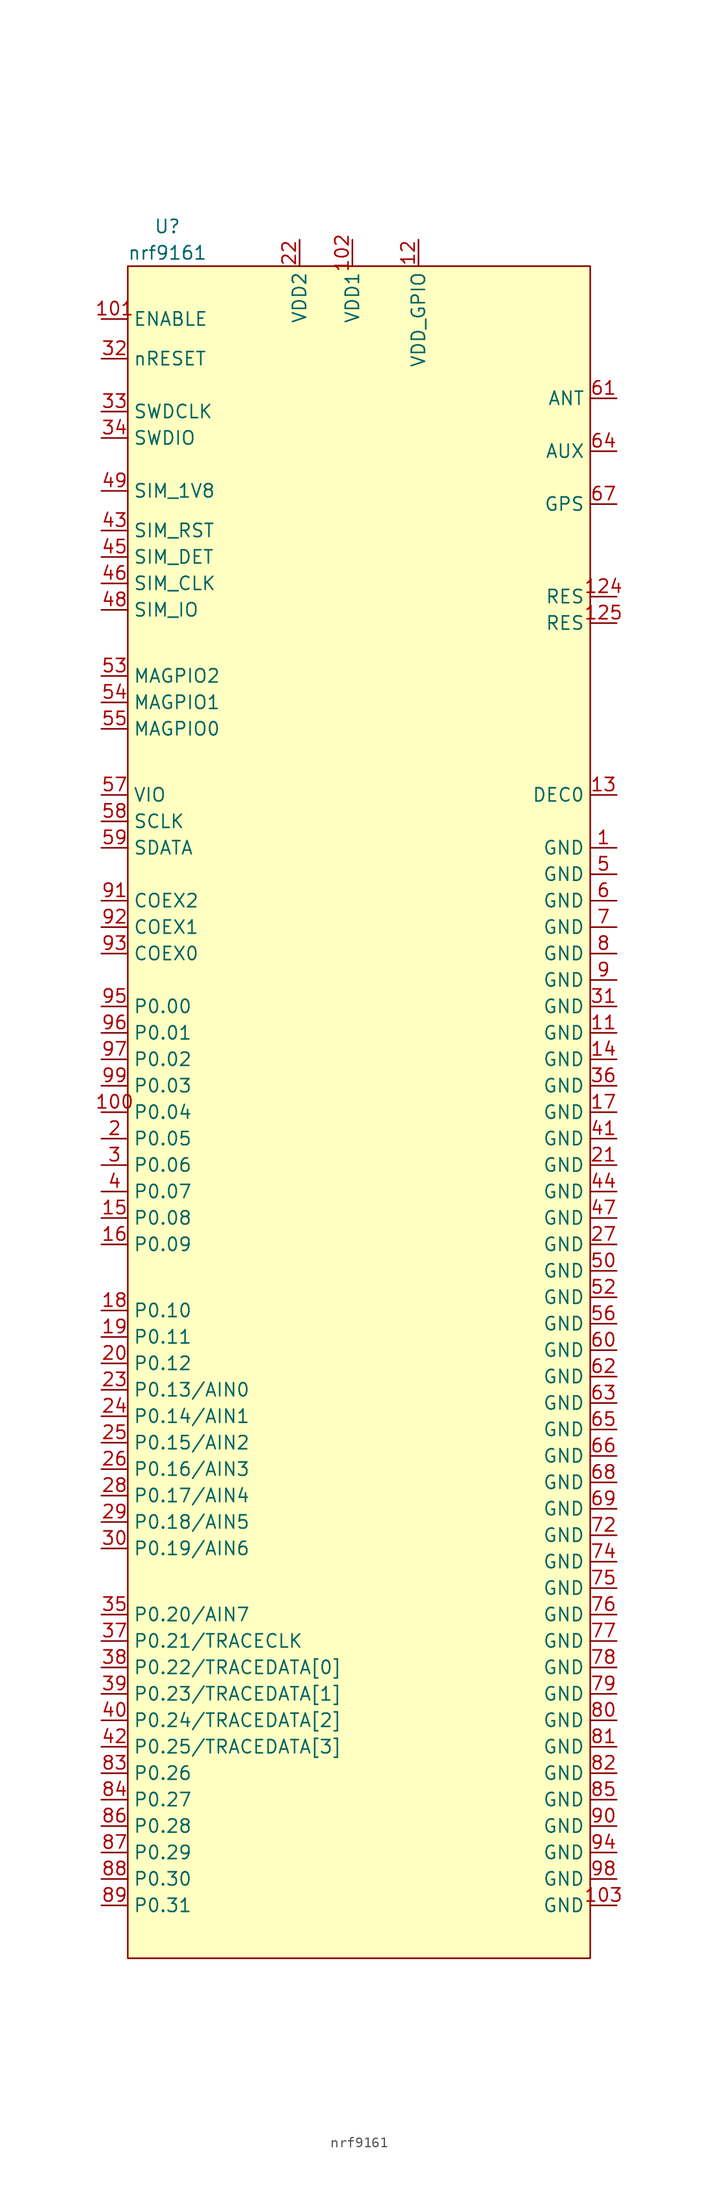
<source format=kicad_sym>
(kicad_symbol_lib
  (version 20220914)
  (generator kicad_symbol_editor)
  (symbol "nrf9161"
    (property "Reference" "U"
      (at -15.24 1.27 0)
      (effects (font (size 1.27 1.27))))
    (property "Value" "nrf9161"
      (at -15.24 -1.27 0)
      (effects (font (size 1.27 1.27))))
    (symbol "nrf9161_0_0"
      (pin passive line (at -21.59 -83.82 0) (length 2.54) (name "P0.04" (effects (font (size 1.27 1.27)))) (number "100" (effects (font (size 1.27 1.27)))))
      (pin passive line (at -21.59 -7.62 0) (length 2.54) (name "ENABLE" (effects (font (size 1.27 1.27)))) (number "101" (effects (font (size 1.27 1.27)))))
      (pin power_in line (at 2.54 0 270) (length 2.54) (name "VDD1" (effects (font (size 1.27 1.27)))) (number "102" (effects (font (size 1.27 1.27)))))
      (pin power_in line (at 27.94 -160.02 180) (length 2.54) (name "GND" (effects (font (size 1.27 1.27)))) (number "103" (effects (font (size 1.27 1.27)))))
      (pin power_in line (at 27.94 -76.2 180) (length 2.54) (name "GND" (effects (font (size 1.27 1.27)))) (number "11" (effects (font (size 1.27 1.27)))))
      (pin power_in line (at 8.89 0 270) (length 2.54) (name "VDD_GPIO" (effects (font (size 1.27 1.27)))) (number "12" (effects (font (size 1.27 1.27)))))
      (pin power_in line (at 27.94 -53.34 180) (length 2.54) (name "DEC0" (effects (font (size 1.27 1.27)))) (number "13" (effects (font (size 1.27 1.27)))))
      (pin open_emitter line (at 27.94 -78.74 180) (length 2.54) (name "GND" (effects (font (size 1.27 1.27)))) (number "14" (effects (font (size 1.27 1.27)))))
      (pin passive line (at -21.59 -93.98 0) (length 2.54) (name "P0.08" (effects (font (size 1.27 1.27)))) (number "15" (effects (font (size 1.27 1.27)))))
      (pin passive line (at -21.59 -96.52 0) (length 2.54) (name "P0.09" (effects (font (size 1.27 1.27)))) (number "16" (effects (font (size 1.27 1.27)))))
      (pin power_in line (at 27.94 -83.82 180) (length 2.54) (name "GND" (effects (font (size 1.27 1.27)))) (number "17" (effects (font (size 1.27 1.27)))))
      (pin passive line (at -21.59 -102.87 0) (length 2.54) (name "P0.10" (effects (font (size 1.27 1.27)))) (number "18" (effects (font (size 1.27 1.27)))))
      (pin passive line (at -21.59 -105.41 0) (length 2.54) (name "P0.11" (effects (font (size 1.27 1.27)))) (number "19" (effects (font (size 1.27 1.27)))))
      (pin passive line (at -21.59 -86.36 0) (length 2.54) (name "P0.05" (effects (font (size 1.27 1.27)))) (number "2" (effects (font (size 1.27 1.27)))))
      (pin passive line (at -21.59 -107.95 0) (length 2.54) (name "P0.12" (effects (font (size 1.27 1.27)))) (number "20" (effects (font (size 1.27 1.27)))))
      (pin power_in line (at 27.94 -88.9 180) (length 2.54) (name "GND" (effects (font (size 1.27 1.27)))) (number "21" (effects (font (size 1.27 1.27)))))
      (pin power_in line (at -2.54 0 270) (length 2.54) (name "VDD2" (effects (font (size 1.27 1.27)))) (number "22" (effects (font (size 1.27 1.27)))))
      (pin passive line (at -21.59 -110.49 0) (length 2.54) (name "P0.13/AIN0" (effects (font (size 1.27 1.27)))) (number "23" (effects (font (size 1.27 1.27)))))
      (pin passive line (at -21.59 -113.03 0) (length 2.54) (name "P0.14/AIN1" (effects (font (size 1.27 1.27)))) (number "24" (effects (font (size 1.27 1.27)))))
      (pin passive line (at -21.59 -115.57 0) (length 2.54) (name "P0.15/AIN2" (effects (font (size 1.27 1.27)))) (number "25" (effects (font (size 1.27 1.27)))))
      (pin passive line (at -21.59 -118.11 0) (length 2.54) (name "P0.16/AIN3" (effects (font (size 1.27 1.27)))) (number "26" (effects (font (size 1.27 1.27)))))
      (pin power_in line (at 27.94 -96.52 180) (length 2.54) (name "GND" (effects (font (size 1.27 1.27)))) (number "27" (effects (font (size 1.27 1.27)))))
      (pin passive line (at -21.59 -120.65 0) (length 2.54) (name "P0.17/AIN4" (effects (font (size 1.27 1.27)))) (number "28" (effects (font (size 1.27 1.27)))))
      (pin passive line (at -21.59 -123.19 0) (length 2.54) (name "P0.18/AIN5" (effects (font (size 1.27 1.27)))) (number "29" (effects (font (size 1.27 1.27)))))
      (pin passive line (at -21.59 -88.9 0) (length 2.54) (name "P0.06" (effects (font (size 1.27 1.27)))) (number "3" (effects (font (size 1.27 1.27)))))
      (pin passive line (at -21.59 -125.73 0) (length 2.54) (name "P0.19/AIN6" (effects (font (size 1.27 1.27)))) (number "30" (effects (font (size 1.27 1.27)))))
      (pin power_in line (at 27.94 -73.66 180) (length 2.54) (name "GND" (effects (font (size 1.27 1.27)))) (number "31" (effects (font (size 1.27 1.27)))))
      (pin passive line (at -21.59 -11.43 0) (length 2.54) (name "nRESET" (effects (font (size 1.27 1.27)))) (number "32" (effects (font (size 1.27 1.27)))))
      (pin passive line (at -21.59 -16.51 0) (length 2.54) (name "SWDCLK" (effects (font (size 1.27 1.27)))) (number "33" (effects (font (size 1.27 1.27)))))
      (pin passive line (at -21.59 -19.05 0) (length 2.54) (name "SWDIO" (effects (font (size 1.27 1.27)))) (number "34" (effects (font (size 1.27 1.27)))))
      (pin passive line (at -21.59 -132.08 0) (length 2.54) (name "P0.20/AIN7" (effects (font (size 1.27 1.27)))) (number "35" (effects (font (size 1.27 1.27)))))
      (pin power_in line (at 27.94 -81.28 180) (length 2.54) (name "GND" (effects (font (size 1.27 1.27)))) (number "36" (effects (font (size 1.27 1.27)))))
      (pin passive line (at -21.59 -134.62 0) (length 2.54) (name "P0.21/TRACECLK" (effects (font (size 1.27 1.27)))) (number "37" (effects (font (size 1.27 1.27)))))
      (pin passive line (at -21.59 -137.16 0) (length 2.54) (name "P0.22/TRACEDATA[0]" (effects (font (size 1.27 1.27)))) (number "38" (effects (font (size 1.27 1.27)))))
      (pin passive line (at -21.59 -139.7 0) (length 2.54) (name "P0.23/TRACEDATA[1]" (effects (font (size 1.27 1.27)))) (number "39" (effects (font (size 1.27 1.27)))))
      (pin passive line (at -21.59 -91.44 0) (length 2.54) (name "P0.07" (effects (font (size 1.27 1.27)))) (number "4" (effects (font (size 1.27 1.27)))))
      (pin passive line (at -21.59 -142.24 0) (length 2.54) (name "P0.24/TRACEDATA[2]" (effects (font (size 1.27 1.27)))) (number "40" (effects (font (size 1.27 1.27)))))
      (pin power_in line (at 27.94 -86.36 180) (length 2.54) (name "GND" (effects (font (size 1.27 1.27)))) (number "41" (effects (font (size 1.27 1.27)))))
      (pin passive line (at -21.59 -144.78 0) (length 2.54) (name "P0.25/TRACEDATA[3]" (effects (font (size 1.27 1.27)))) (number "42" (effects (font (size 1.27 1.27)))))
      (pin passive line (at -21.59 -27.94 0) (length 2.54) (name "SIM_RST" (effects (font (size 1.27 1.27)))) (number "43" (effects (font (size 1.27 1.27)))))
      (pin power_in line (at 27.94 -91.44 180) (length 2.54) (name "GND" (effects (font (size 1.27 1.27)))) (number "44" (effects (font (size 1.27 1.27)))))
      (pin passive line (at -21.59 -30.48 0) (length 2.54) (name "SIM_DET" (effects (font (size 1.27 1.27)))) (number "45" (effects (font (size 1.27 1.27)))))
      (pin passive line (at -21.59 -33.02 0) (length 2.54) (name "SIM_CLK" (effects (font (size 1.27 1.27)))) (number "46" (effects (font (size 1.27 1.27)))))
      (pin power_in line (at 27.94 -93.98 180) (length 2.54) (name "GND" (effects (font (size 1.27 1.27)))) (number "47" (effects (font (size 1.27 1.27)))))
      (pin passive line (at -21.59 -35.56 0) (length 2.54) (name "SIM_IO" (effects (font (size 1.27 1.27)))) (number "48" (effects (font (size 1.27 1.27)))))
      (pin power_out line (at -21.59 -24.13 0) (length 2.54) (name "SIM_1V8" (effects (font (size 1.27 1.27)))) (number "49" (effects (font (size 1.27 1.27)))))
      (pin power_in line (at 27.94 -60.96 180) (length 2.54) (name "GND" (effects (font (size 1.27 1.27)))) (number "5" (effects (font (size 1.27 1.27)))))
      (pin power_in line (at 27.94 -99.06 180) (length 2.54) (name "GND" (effects (font (size 1.27 1.27)))) (number "50" (effects (font (size 1.27 1.27)))))
      (pin power_in line (at 27.94 -101.6 180) (length 2.54) (name "GND" (effects (font (size 1.27 1.27)))) (number "52" (effects (font (size 1.27 1.27)))))
      (pin passive line (at -21.59 -41.91 0) (length 2.54) (name "MAGPIO2" (effects (font (size 1.27 1.27)))) (number "53" (effects (font (size 1.27 1.27)))))
      (pin passive line (at -21.59 -44.45 0) (length 2.54) (name "MAGPIO1" (effects (font (size 1.27 1.27)))) (number "54" (effects (font (size 1.27 1.27)))))
      (pin passive line (at -21.59 -46.99 0) (length 2.54) (name "MAGPIO0" (effects (font (size 1.27 1.27)))) (number "55" (effects (font (size 1.27 1.27)))))
      (pin power_in line (at 27.94 -104.14 180) (length 2.54) (name "GND" (effects (font (size 1.27 1.27)))) (number "56" (effects (font (size 1.27 1.27)))))
      (pin passive line (at -21.59 -53.34 0) (length 2.54) (name "VIO" (effects (font (size 1.27 1.27)))) (number "57" (effects (font (size 1.27 1.27)))))
      (pin passive line (at -21.59 -55.88 0) (length 2.54) (name "SCLK" (effects (font (size 1.27 1.27)))) (number "58" (effects (font (size 1.27 1.27)))))
      (pin passive line (at -21.59 -58.42 0) (length 2.54) (name "SDATA" (effects (font (size 1.27 1.27)))) (number "59" (effects (font (size 1.27 1.27)))))
      (pin power_in line (at 27.94 -63.5 180) (length 2.54) (name "GND" (effects (font (size 1.27 1.27)))) (number "6" (effects (font (size 1.27 1.27)))))
      (pin power_in line (at 27.94 -106.68 180) (length 2.54) (name "GND" (effects (font (size 1.27 1.27)))) (number "60" (effects (font (size 1.27 1.27)))))
      (pin passive line (at 27.94 -15.24 180) (length 2.54) (name "ANT" (effects (font (size 1.27 1.27)))) (number "61" (effects (font (size 1.27 1.27)))))
      (pin power_in line (at 27.94 -109.22 180) (length 2.54) (name "GND" (effects (font (size 1.27 1.27)))) (number "62" (effects (font (size 1.27 1.27)))))
      (pin power_in line (at 27.94 -111.76 180) (length 2.54) (name "GND" (effects (font (size 1.27 1.27)))) (number "63" (effects (font (size 1.27 1.27)))))
      (pin passive line (at 27.94 -20.32 180) (length 2.54) (name "AUX" (effects (font (size 1.27 1.27)))) (number "64" (effects (font (size 1.27 1.27)))))
      (pin power_in line (at 27.94 -114.3 180) (length 2.54) (name "GND" (effects (font (size 1.27 1.27)))) (number "65" (effects (font (size 1.27 1.27)))))
      (pin power_in line (at 27.94 -116.84 180) (length 2.54) (name "GND" (effects (font (size 1.27 1.27)))) (number "66" (effects (font (size 1.27 1.27)))))
      (pin passive line (at 27.94 -25.4 180) (length 2.54) (name "GPS" (effects (font (size 1.27 1.27)))) (number "67" (effects (font (size 1.27 1.27)))))
      (pin power_in line (at 27.94 -119.38 180) (length 2.54) (name "GND" (effects (font (size 1.27 1.27)))) (number "68" (effects (font (size 1.27 1.27)))))
      (pin power_in line (at 27.94 -121.92 180) (length 2.54) (name "GND" (effects (font (size 1.27 1.27)))) (number "69" (effects (font (size 1.27 1.27)))))
      (pin power_in line (at 27.94 -66.04 180) (length 2.54) (name "GND" (effects (font (size 1.27 1.27)))) (number "7" (effects (font (size 1.27 1.27)))))
      (pin power_out line (at 27.94 -124.46 180) (length 2.54) (name "GND" (effects (font (size 1.27 1.27)))) (number "72" (effects (font (size 1.27 1.27)))))
      (pin power_in line (at 27.94 -127 180) (length 2.54) (name "GND" (effects (font (size 1.27 1.27)))) (number "74" (effects (font (size 1.27 1.27)))))
      (pin power_in line (at 27.94 -129.54 180) (length 2.54) (name "GND" (effects (font (size 1.27 1.27)))) (number "75" (effects (font (size 1.27 1.27)))))
      (pin power_in line (at 27.94 -132.08 180) (length 2.54) (name "GND" (effects (font (size 1.27 1.27)))) (number "76" (effects (font (size 1.27 1.27)))))
      (pin power_in line (at 27.94 -134.62 180) (length 2.54) (name "GND" (effects (font (size 1.27 1.27)))) (number "77" (effects (font (size 1.27 1.27)))))
      (pin power_in line (at 27.94 -137.16 180) (length 2.54) (name "GND" (effects (font (size 1.27 1.27)))) (number "78" (effects (font (size 1.27 1.27)))))
      (pin power_in line (at 27.94 -139.7 180) (length 2.54) (name "GND" (effects (font (size 1.27 1.27)))) (number "79" (effects (font (size 1.27 1.27)))))
      (pin power_in line (at 27.94 -68.58 180) (length 2.54) (name "GND" (effects (font (size 1.27 1.27)))) (number "8" (effects (font (size 1.27 1.27)))))
      (pin power_in line (at 27.94 -142.24 180) (length 2.54) (name "GND" (effects (font (size 1.27 1.27)))) (number "80" (effects (font (size 1.27 1.27)))))
      (pin power_in line (at 27.94 -144.78 180) (length 2.54) (name "GND" (effects (font (size 1.27 1.27)))) (number "81" (effects (font (size 1.27 1.27)))))
      (pin power_in line (at 27.94 -147.32 180) (length 2.54) (name "GND" (effects (font (size 1.27 1.27)))) (number "82" (effects (font (size 1.27 1.27)))))
      (pin passive line (at -21.59 -147.32 0) (length 2.54) (name "P0.26" (effects (font (size 1.27 1.27)))) (number "83" (effects (font (size 1.27 1.27)))))
      (pin passive line (at -21.59 -149.86 0) (length 2.54) (name "P0.27" (effects (font (size 1.27 1.27)))) (number "84" (effects (font (size 1.27 1.27)))))
      (pin power_in line (at 27.94 -149.86 180) (length 2.54) (name "GND" (effects (font (size 1.27 1.27)))) (number "85" (effects (font (size 1.27 1.27)))))
      (pin passive line (at -21.59 -152.4 0) (length 2.54) (name "P0.28" (effects (font (size 1.27 1.27)))) (number "86" (effects (font (size 1.27 1.27)))))
      (pin passive line (at -21.59 -154.94 0) (length 2.54) (name "P0.29" (effects (font (size 1.27 1.27)))) (number "87" (effects (font (size 1.27 1.27)))))
      (pin passive line (at -21.59 -157.48 0) (length 2.54) (name "P0.30" (effects (font (size 1.27 1.27)))) (number "88" (effects (font (size 1.27 1.27)))))
      (pin passive line (at -21.59 -160.02 0) (length 2.54) (name "P0.31" (effects (font (size 1.27 1.27)))) (number "89" (effects (font (size 1.27 1.27)))))
      (pin power_in line (at 27.94 -71.12 180) (length 2.54) (name "GND" (effects (font (size 1.27 1.27)))) (number "9" (effects (font (size 1.27 1.27)))))
      (pin power_in line (at 27.94 -152.4 180) (length 2.54) (name "GND" (effects (font (size 1.27 1.27)))) (number "90" (effects (font (size 1.27 1.27)))))
      (pin passive line (at -21.59 -63.5 0) (length 2.54) (name "COEX2" (effects (font (size 1.27 1.27)))) (number "91" (effects (font (size 1.27 1.27)))))
      (pin power_in line (at -21.59 -66.04 0) (length 2.54) (name "COEX1" (effects (font (size 1.27 1.27)))) (number "92" (effects (font (size 1.27 1.27)))))
      (pin passive line (at -21.59 -68.58 0) (length 2.54) (name "COEX0" (effects (font (size 1.27 1.27)))) (number "93" (effects (font (size 1.27 1.27)))))
      (pin power_in line (at 27.94 -154.94 180) (length 2.54) (name "GND" (effects (font (size 1.27 1.27)))) (number "94" (effects (font (size 1.27 1.27)))))
      (pin passive line (at -21.59 -73.66 0) (length 2.54) (name "P0.00" (effects (font (size 1.27 1.27)))) (number "95" (effects (font (size 1.27 1.27)))))
      (pin passive line (at -21.59 -76.2 0) (length 2.54) (name "P0.01" (effects (font (size 1.27 1.27)))) (number "96" (effects (font (size 1.27 1.27)))))
      (pin passive line (at -21.59 -78.74 0) (length 2.54) (name "P0.02" (effects (font (size 1.27 1.27)))) (number "97" (effects (font (size 1.27 1.27)))))
      (pin power_in line (at 27.94 -157.48 180) (length 2.54) (name "GND" (effects (font (size 1.27 1.27)))) (number "98" (effects (font (size 1.27 1.27)))))
      (pin passive line (at -21.59 -81.28 0) (length 2.54) (name "P0.03" (effects (font (size 1.27 1.27)))) (number "99" (effects (font (size 1.27 1.27))))))
    (symbol "nrf9161_1_0"
      (pin power_in line (at 27.94 -58.42 180) (length 2.54) (name "GND" (effects (font (size 1.27 1.27)))) (number "1" (effects (font (size 1.27 1.27)))))
      (pin no_connect line (at 1.27 -24.13 180) (length 2.54) hide (name "RES" (effects (font (size 1.27 1.27)))) (number "10" (effects (font (size 1.27 1.27)))))
      (pin no_connect line (at 1.27 -26.67 180) (length 2.54) hide (name "RES" (effects (font (size 1.27 1.27)))) (number "104" (effects (font (size 1.27 1.27)))))
      (pin no_connect line (at 1.27 -29.21 180) (length 2.54) hide (name "RES" (effects (font (size 1.27 1.27)))) (number "105" (effects (font (size 1.27 1.27)))))
      (pin no_connect line (at 1.27 -31.75 180) (length 2.54) hide (name "RES" (effects (font (size 1.27 1.27)))) (number "106" (effects (font (size 1.27 1.27)))))
      (pin no_connect line (at 1.27 -34.29 180) (length 2.54) hide (name "RES" (effects (font (size 1.27 1.27)))) (number "107" (effects (font (size 1.27 1.27)))))
      (pin no_connect line (at 1.27 -36.83 180) (length 2.54) hide (name "RES" (effects (font (size 1.27 1.27)))) (number "108" (effects (font (size 1.27 1.27)))))
      (pin no_connect line (at 1.27 -39.37 180) (length 2.54) hide (name "RES" (effects (font (size 1.27 1.27)))) (number "109" (effects (font (size 1.27 1.27)))))
      (pin no_connect line (at 1.27 -41.91 180) (length 2.54) hide (name "RES" (effects (font (size 1.27 1.27)))) (number "110" (effects (font (size 1.27 1.27)))))
      (pin no_connect line (at 1.27 -44.45 180) (length 2.54) hide (name "RES" (effects (font (size 1.27 1.27)))) (number "111" (effects (font (size 1.27 1.27)))))
      (pin no_connect line (at 1.27 -46.99 180) (length 2.54) hide (name "RES" (effects (font (size 1.27 1.27)))) (number "112" (effects (font (size 1.27 1.27)))))
      (pin no_connect line (at 1.27 -49.53 180) (length 2.54) hide (name "RES" (effects (font (size 1.27 1.27)))) (number "113" (effects (font (size 1.27 1.27)))))
      (pin no_connect line (at 1.27 -52.07 180) (length 2.54) hide (name "RES" (effects (font (size 1.27 1.27)))) (number "114" (effects (font (size 1.27 1.27)))))
      (pin no_connect line (at 1.27 -54.61 180) (length 2.54) hide (name "RES" (effects (font (size 1.27 1.27)))) (number "115" (effects (font (size 1.27 1.27)))))
      (pin no_connect line (at 1.27 -57.15 180) (length 2.54) hide (name "RES" (effects (font (size 1.27 1.27)))) (number "116" (effects (font (size 1.27 1.27)))))
      (pin no_connect line (at 1.27 -59.69 180) (length 2.54) hide (name "RES" (effects (font (size 1.27 1.27)))) (number "117" (effects (font (size 1.27 1.27)))))
      (pin no_connect line (at 1.27 -62.23 180) (length 2.54) hide (name "RES" (effects (font (size 1.27 1.27)))) (number "118" (effects (font (size 1.27 1.27)))))
      (pin no_connect line (at 1.27 -64.77 180) (length 2.54) hide (name "RES" (effects (font (size 1.27 1.27)))) (number "119" (effects (font (size 1.27 1.27)))))
      (pin no_connect line (at 1.27 -67.31 180) (length 2.54) hide (name "RES" (effects (font (size 1.27 1.27)))) (number "120" (effects (font (size 1.27 1.27)))))
      (pin no_connect line (at 1.27 -69.85 180) (length 2.54) hide (name "RES" (effects (font (size 1.27 1.27)))) (number "121" (effects (font (size 1.27 1.27)))))
      (pin no_connect line (at 1.27 -72.39 180) (length 2.54) hide (name "RES" (effects (font (size 1.27 1.27)))) (number "122" (effects (font (size 1.27 1.27)))))
      (pin no_connect line (at 1.27 -74.93 180) (length 2.54) hide (name "RES" (effects (font (size 1.27 1.27)))) (number "123" (effects (font (size 1.27 1.27)))))
      (pin passive line (at 27.94 -34.29 180) (length 2.54) (name "RES" (effects (font (size 1.27 1.27)))) (number "124" (effects (font (size 1.27 1.27)))))
      (pin passive line (at 27.94 -36.83 180) (length 2.54) (name "RES" (effects (font (size 1.27 1.27)))) (number "125" (effects (font (size 1.27 1.27)))))
      (pin no_connect line (at 27.94 -40.64 180) (length 2.54) hide (name "RES" (effects (font (size 1.27 1.27)))) (number "126" (effects (font (size 1.27 1.27)))))
      (pin no_connect line (at 27.94 -43.18 180) (length 2.54) hide (name "RES" (effects (font (size 1.27 1.27)))) (number "127" (effects (font (size 1.27 1.27)))))
      (pin no_connect line (at 1.27 -21.59 180) (length 2.54) hide (name "RES" (effects (font (size 1.27 1.27)))) (number "51" (effects (font (size 1.27 1.27)))))
      (pin no_connect line (at 27.94 -45.72 180) (length 2.54) hide (name "RES" (effects (font (size 1.27 1.27)))) (number "70" (effects (font (size 1.27 1.27)))))
      (pin no_connect line (at 27.94 -48.26 180) (length 2.54) hide (name "RES" (effects (font (size 1.27 1.27)))) (number "71" (effects (font (size 1.27 1.27)))))
      (pin no_connect line (at 27.94 -50.8 180) (length 2.54) hide (name "RES" (effects (font (size 1.27 1.27)))) (number "73" (effects (font (size 1.27 1.27))))))
    (symbol "nrf9161_1_1"
      (rectangle (start -19.05 -2.54) (end 25.4 -165.1) (stroke (width 0) (type default)) (fill (type background))))))
</source>
